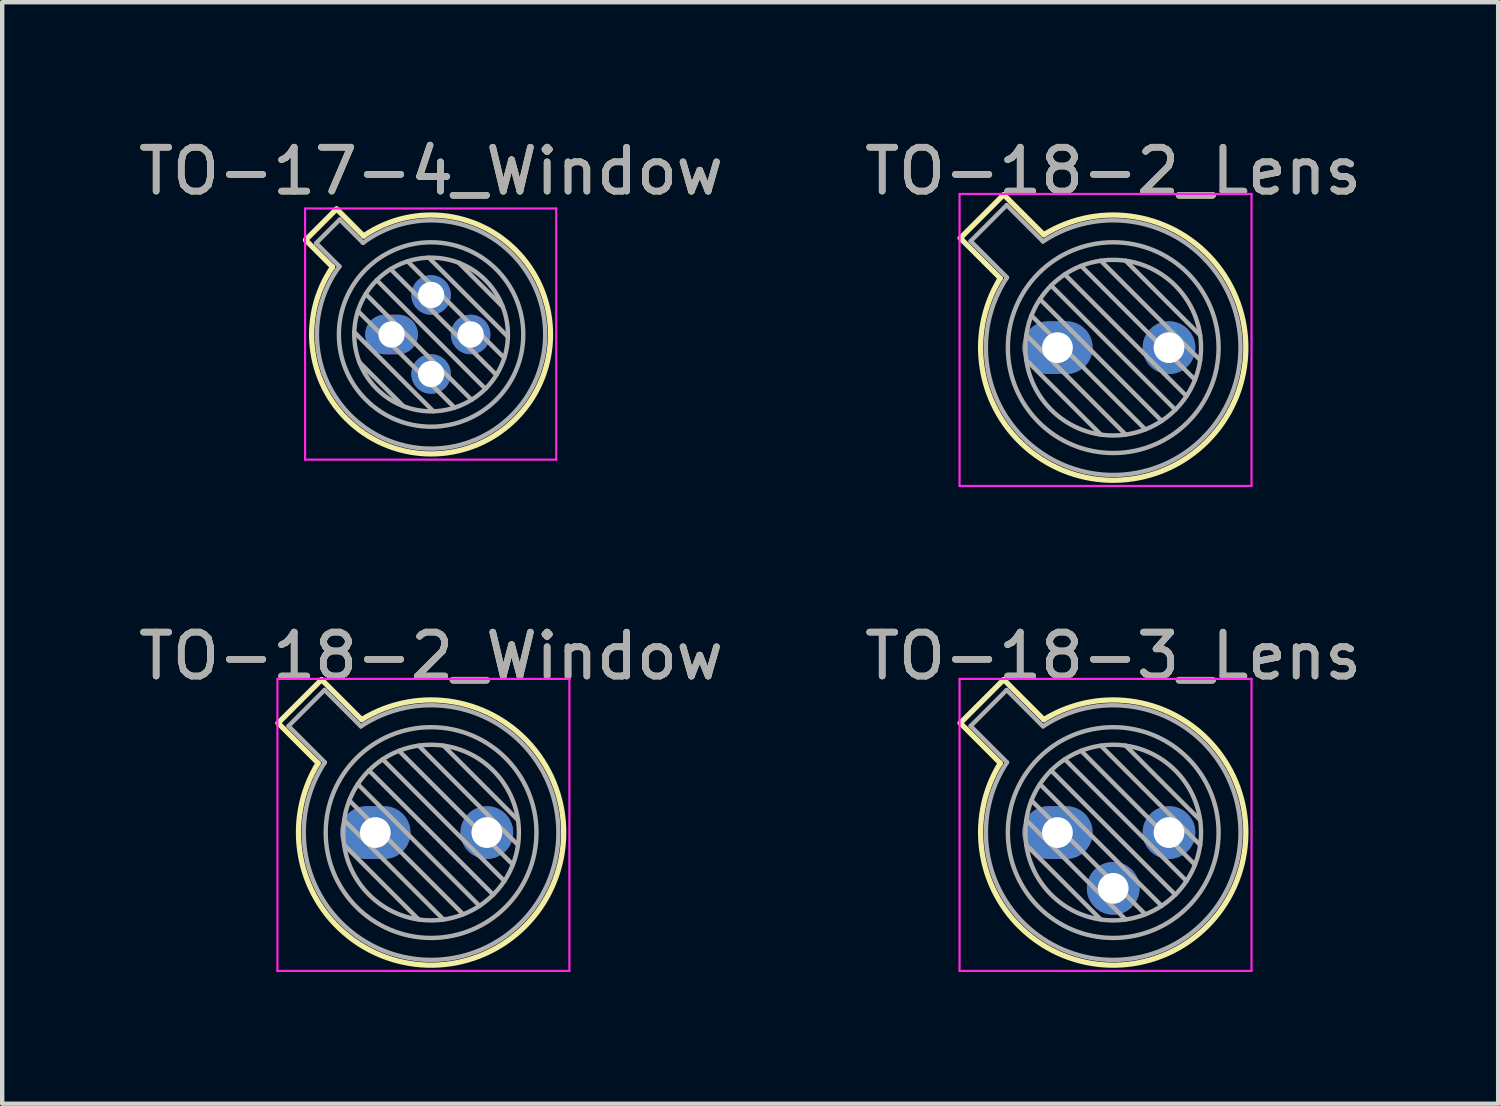
<source format=kicad_pcb>
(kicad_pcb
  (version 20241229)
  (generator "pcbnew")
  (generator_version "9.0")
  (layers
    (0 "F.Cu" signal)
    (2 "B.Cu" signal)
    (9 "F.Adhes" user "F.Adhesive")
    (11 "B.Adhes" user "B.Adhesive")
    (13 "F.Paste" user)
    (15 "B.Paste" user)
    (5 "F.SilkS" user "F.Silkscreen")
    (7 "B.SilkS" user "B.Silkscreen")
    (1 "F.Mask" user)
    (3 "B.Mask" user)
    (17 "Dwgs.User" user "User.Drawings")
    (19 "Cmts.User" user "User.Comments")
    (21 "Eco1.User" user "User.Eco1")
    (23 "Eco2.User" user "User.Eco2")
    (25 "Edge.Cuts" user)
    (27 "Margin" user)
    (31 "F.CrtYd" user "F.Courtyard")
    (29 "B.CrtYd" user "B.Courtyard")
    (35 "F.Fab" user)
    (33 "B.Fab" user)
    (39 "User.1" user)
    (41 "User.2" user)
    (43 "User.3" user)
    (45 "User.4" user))
  (footprint "TO-18-2_Lens"
    (layer "F.Cu")
    (at 21.034 4.868)
    (property "Reference" "TO-18-2_Lens" (at 1.27 -4.02 0) (layer "F.SilkS") (effects (font (size 1 1) (thickness 0.15))))
    (attr through_hole)
    (fp_line (start -2.214 -2.494) (end -1.302 -1.582) (stroke (width 0.12) (type solid)) (layer "F.SilkS"))
    (fp_line (start -1.224 -3.484) (end -2.214 -2.494) (stroke (width 0.12) (type solid)) (layer "F.SilkS"))
    (fp_line (start -0.312 -2.572) (end -1.224 -3.484) (stroke (width 0.12) (type solid)) (layer "F.SilkS"))
    (fp_arc (start -0.312331 -2.572281) (mid 3.405374 2.135551) (end -1.30215 -1.582544) (stroke (width 0.12) (type solid)) (layer "F.SilkS"))
    (fp_line (start -2.23 -3.5) (end -2.23 3.15) (stroke (width 0.05) (type solid)) (layer "F.CrtYd"))
    (fp_line (start -2.23 3.15) (end 4.42 3.15) (stroke (width 0.05) (type solid)) (layer "F.CrtYd"))
    (fp_line (start 4.42 -3.5) (end -2.23 -3.5) (stroke (width 0.05) (type solid)) (layer "F.CrtYd"))
    (fp_line (start 4.42 3.15) (end 4.42 -3.5) (stroke (width 0.05) (type solid)) (layer "F.CrtYd"))
    (fp_line (start -1.977 -2.426) (end -1.149 -1.599) (stroke (width 0.1) (type solid)) (layer "F.Fab"))
    (fp_line (start -1.156 -3.247) (end -1.977 -2.426) (stroke (width 0.1) (type solid)) (layer "F.Fab"))
    (fp_line (start -0.71 -0.283) (end 1.553 1.98) (stroke (width 0.1) (type solid)) (layer "F.Fab"))
    (fp_line (start -0.71 0.283) (end 0.987 1.98) (stroke (width 0.1) (type solid)) (layer "F.Fab"))
    (fp_line (start -0.592 -0.731) (end 2.001 1.862) (stroke (width 0.1) (type solid)) (layer "F.Fab"))
    (fp_line (start -0.399 -1.103) (end 2.373 1.669) (stroke (width 0.1) (type solid)) (layer "F.Fab"))
    (fp_line (start -0.329 -2.419) (end -1.156 -3.247) (stroke (width 0.1) (type solid)) (layer "F.Fab"))
    (fp_line (start -0.145 -1.415) (end 2.685 1.415) (stroke (width 0.1) (type solid)) (layer "F.Fab"))
    (fp_line (start 0.167 -1.669) (end 2.939 1.103) (stroke (width 0.1) (type solid)) (layer "F.Fab"))
    (fp_line (start 0.539 -1.862) (end 3.132 0.731) (stroke (width 0.1) (type solid)) (layer "F.Fab"))
    (fp_line (start 0.987 -1.98) (end 3.25 0.283) (stroke (width 0.1) (type solid)) (layer "F.Fab"))
    (fp_line (start 1.553 -1.98) (end 3.25 -0.283) (stroke (width 0.1) (type solid)) (layer "F.Fab"))
    (fp_arc (start -0.329057 -2.419301) (mid 3.321076 2.050143) (end -1.150029 -1.597956) (stroke (width 0.1) (type solid)) (layer "F.Fab"))
    (fp_circle (center 1.27 0) (end 3.27 0) (stroke (width 0.1) (type solid)) (fill no) (layer "F.Fab"))
    (fp_circle (center 1.27 0) (end 3.67 0) (stroke (width 0.1) (type solid)) (fill no) (layer "F.Fab"))
    (fp_text user "${REFERENCE}" (at 1.27 -4.02 0) (layer "F.Fab") (effects (font (size 1 1) (thickness 0.15))))
    (pad "1" thru_hole oval (at 0 0) (size 1.6 1.2) (drill 0.7) (layers "*.Cu" "*.Mask"))
    (pad "2" thru_hole oval (at 2.54 0) (size 1.2 1.2) (drill 0.7) (layers "*.Cu" "*.Mask")))
  (footprint "TO-18-3_Lens"
    (layer "F.Cu")
    (at 21.034 15.912)
    (property "Reference" "TO-18-3_Lens" (at 1.27 -4.02 0) (layer "F.SilkS") (effects (font (size 1 1) (thickness 0.15))))
    (attr through_hole)
    (fp_line (start -2.214 -2.494) (end -1.302 -1.582) (stroke (width 0.12) (type solid)) (layer "F.SilkS"))
    (fp_line (start -1.224 -3.484) (end -2.214 -2.494) (stroke (width 0.12) (type solid)) (layer "F.SilkS"))
    (fp_line (start -0.312 -2.572) (end -1.224 -3.484) (stroke (width 0.12) (type solid)) (layer "F.SilkS"))
    (fp_arc (start -0.312331 -2.572281) (mid 3.405374 2.135551) (end -1.30215 -1.582544) (stroke (width 0.12) (type solid)) (layer "F.SilkS"))
    (fp_line (start -2.23 -3.5) (end -2.23 3.15) (stroke (width 0.05) (type solid)) (layer "F.CrtYd"))
    (fp_line (start -2.23 3.15) (end 4.42 3.15) (stroke (width 0.05) (type solid)) (layer "F.CrtYd"))
    (fp_line (start 4.42 -3.5) (end -2.23 -3.5) (stroke (width 0.05) (type solid)) (layer "F.CrtYd"))
    (fp_line (start 4.42 3.15) (end 4.42 -3.5) (stroke (width 0.05) (type solid)) (layer "F.CrtYd"))
    (fp_line (start -1.977 -2.426) (end -1.149 -1.599) (stroke (width 0.1) (type solid)) (layer "F.Fab"))
    (fp_line (start -1.156 -3.247) (end -1.977 -2.426) (stroke (width 0.1) (type solid)) (layer "F.Fab"))
    (fp_line (start -0.71 -0.283) (end 1.553 1.98) (stroke (width 0.1) (type solid)) (layer "F.Fab"))
    (fp_line (start -0.71 0.283) (end 0.987 1.98) (stroke (width 0.1) (type solid)) (layer "F.Fab"))
    (fp_line (start -0.592 -0.731) (end 2.001 1.862) (stroke (width 0.1) (type solid)) (layer "F.Fab"))
    (fp_line (start -0.399 -1.103) (end 2.373 1.669) (stroke (width 0.1) (type solid)) (layer "F.Fab"))
    (fp_line (start -0.329 -2.419) (end -1.156 -3.247) (stroke (width 0.1) (type solid)) (layer "F.Fab"))
    (fp_line (start -0.145 -1.415) (end 2.685 1.415) (stroke (width 0.1) (type solid)) (layer "F.Fab"))
    (fp_line (start 0.167 -1.669) (end 2.939 1.103) (stroke (width 0.1) (type solid)) (layer "F.Fab"))
    (fp_line (start 0.539 -1.862) (end 3.132 0.731) (stroke (width 0.1) (type solid)) (layer "F.Fab"))
    (fp_line (start 0.987 -1.98) (end 3.25 0.283) (stroke (width 0.1) (type solid)) (layer "F.Fab"))
    (fp_line (start 1.553 -1.98) (end 3.25 -0.283) (stroke (width 0.1) (type solid)) (layer "F.Fab"))
    (fp_arc (start -0.329057 -2.419301) (mid 3.321076 2.050143) (end -1.150029 -1.597956) (stroke (width 0.1) (type solid)) (layer "F.Fab"))
    (fp_circle (center 1.27 0) (end 3.27 0) (stroke (width 0.1) (type solid)) (fill no) (layer "F.Fab"))
    (fp_circle (center 1.27 0) (end 3.67 0) (stroke (width 0.1) (type solid)) (fill no) (layer "F.Fab"))
    (fp_text user "${REFERENCE}" (at 1.27 -4.02 0) (layer "F.Fab") (effects (font (size 1 1) (thickness 0.15))))
    (pad "1" thru_hole oval (at 0 0) (size 1.6 1.2) (drill 0.7) (layers "*.Cu" "*.Mask"))
    (pad "2" thru_hole oval (at 1.27 1.27) (size 1.2 1.2) (drill 0.7) (layers "*.Cu" "*.Mask"))
    (pad "3" thru_hole oval (at 2.54 0) (size 1.2 1.2) (drill 0.7) (layers "*.Cu" "*.Mask")))
  (footprint "TO-17-4_Window"
    (layer "F.Cu")
    (at 5.868 4.568)
    (property "Reference" "TO-17-4_Window" (at 0.9 -3.72 0) (layer "F.SilkS") (effects (font (size 1 1) (thickness 0.15))))
    (attr through_hole)
    (fp_line (start -1.959 -2.152) (end -1.344 -1.537) (stroke (width 0.12) (type solid)) (layer "F.SilkS"))
    (fp_line (start -1.252 -2.859) (end -1.959 -2.152) (stroke (width 0.12) (type solid)) (layer "F.SilkS"))
    (fp_line (start -0.637 -2.244) (end -1.252 -2.859) (stroke (width 0.12) (type solid)) (layer "F.SilkS"))
    (fp_arc (start -0.637002 -2.244109) (mid 2.82358 1.923081) (end -1.344508 -1.536419) (stroke (width 0.12) (type solid)) (layer "F.SilkS"))
    (fp_line (start -1.97 -2.87) (end -1.97 2.85) (stroke (width 0.05) (type solid)) (layer "F.CrtYd"))
    (fp_line (start -1.97 2.85) (end 3.75 2.85) (stroke (width 0.05) (type solid)) (layer "F.CrtYd"))
    (fp_line (start 3.75 -2.87) (end -1.97 -2.87) (stroke (width 0.05) (type solid)) (layer "F.CrtYd"))
    (fp_line (start 3.75 2.85) (end 3.75 -2.87) (stroke (width 0.05) (type solid)) (layer "F.CrtYd"))
    (fp_line (start -1.718 -2.08) (end -1.187 -1.55) (stroke (width 0.1) (type solid)) (layer "F.Fab"))
    (fp_line (start -1.18 -2.618) (end -1.718 -2.08) (stroke (width 0.1) (type solid)) (layer "F.Fab"))
    (fp_line (start -0.85 -0.053) (end 0.953 1.75) (stroke (width 0.1) (type solid)) (layer "F.Fab"))
    (fp_line (start -0.767 -0.535) (end 1.435 1.667) (stroke (width 0.1) (type solid)) (layer "F.Fab"))
    (fp_line (start -0.733 0.631) (end 0.269 1.633) (stroke (width 0.1) (type solid)) (layer "F.Fab"))
    (fp_line (start -0.65 -2.087) (end -1.18 -2.618) (stroke (width 0.1) (type solid)) (layer "F.Fab"))
    (fp_line (start -0.588 -0.922) (end 1.822 1.488) (stroke (width 0.1) (type solid)) (layer "F.Fab"))
    (fp_line (start -0.338 -1.238) (end 2.138 1.238) (stroke (width 0.1) (type solid)) (layer "F.Fab"))
    (fp_line (start -0.022 -1.488) (end 2.388 0.922) (stroke (width 0.1) (type solid)) (layer "F.Fab"))
    (fp_line (start 0.365 -1.667) (end 2.567 0.535) (stroke (width 0.1) (type solid)) (layer "F.Fab"))
    (fp_line (start 0.847 -1.75) (end 2.65 0.053) (stroke (width 0.1) (type solid)) (layer "F.Fab"))
    (fp_line (start 1.531 -1.633) (end 2.533 -0.631) (stroke (width 0.1) (type solid)) (layer "F.Fab"))
    (fp_arc (start -0.650035 -2.087436) (mid 2.738346 1.838609) (end -1.187214 -1.550334) (stroke (width 0.1) (type solid)) (layer "F.Fab"))
    (fp_circle (center 0.9 0) (end 2.65 0) (stroke (width 0.1) (type solid)) (fill no) (layer "F.Fab"))
    (fp_circle (center 0.9 0) (end 3 0) (stroke (width 0.1) (type solid)) (fill no) (layer "F.Fab"))
    (fp_text user "${REFERENCE}" (at 0.9 -3.72 0) (layer "F.Fab") (effects (font (size 1 1) (thickness 0.15))))
    (pad "1" thru_hole oval (at 0 0) (size 1.2 0.9) (drill 0.6) (layers "*.Cu" "*.Mask"))
    (pad "2" thru_hole oval (at 0.9 0.9) (size 0.9 0.9) (drill 0.6) (layers "*.Cu" "*.Mask"))
    (pad "3" thru_hole oval (at 1.8 0) (size 0.9 0.9) (drill 0.6) (layers "*.Cu" "*.Mask"))
    (pad "4" thru_hole oval (at 0.9 -0.9) (size 0.9 0.9) (drill 0.6) (layers "*.Cu" "*.Mask")))
  (footprint "TO-18-2_Window"
    (layer "F.Cu")
    (at 5.498 15.912)
    (property "Reference" "TO-18-2_Window" (at 1.27 -4.02 0) (layer "F.SilkS") (effects (font (size 1 1) (thickness 0.15))))
    (attr through_hole)
    (fp_line (start -2.214 -2.494) (end -1.302 -1.582) (stroke (width 0.12) (type solid)) (layer "F.SilkS"))
    (fp_line (start -1.224 -3.484) (end -2.214 -2.494) (stroke (width 0.12) (type solid)) (layer "F.SilkS"))
    (fp_line (start -0.312 -2.572) (end -1.224 -3.484) (stroke (width 0.12) (type solid)) (layer "F.SilkS"))
    (fp_arc (start -0.312331 -2.572281) (mid 3.405374 2.135551) (end -1.30215 -1.582544) (stroke (width 0.12) (type solid)) (layer "F.SilkS"))
    (fp_line (start -2.23 -3.5) (end -2.23 3.15) (stroke (width 0.05) (type solid)) (layer "F.CrtYd"))
    (fp_line (start -2.23 3.15) (end 4.42 3.15) (stroke (width 0.05) (type solid)) (layer "F.CrtYd"))
    (fp_line (start 4.42 -3.5) (end -2.23 -3.5) (stroke (width 0.05) (type solid)) (layer "F.CrtYd"))
    (fp_line (start 4.42 3.15) (end 4.42 -3.5) (stroke (width 0.05) (type solid)) (layer "F.CrtYd"))
    (fp_line (start -1.977 -2.426) (end -1.149 -1.599) (stroke (width 0.1) (type solid)) (layer "F.Fab"))
    (fp_line (start -1.156 -3.247) (end -1.977 -2.426) (stroke (width 0.1) (type solid)) (layer "F.Fab"))
    (fp_line (start -0.71 -0.283) (end 1.553 1.98) (stroke (width 0.1) (type solid)) (layer "F.Fab"))
    (fp_line (start -0.71 0.283) (end 0.987 1.98) (stroke (width 0.1) (type solid)) (layer "F.Fab"))
    (fp_line (start -0.592 -0.731) (end 2.001 1.862) (stroke (width 0.1) (type solid)) (layer "F.Fab"))
    (fp_line (start -0.399 -1.103) (end 2.373 1.669) (stroke (width 0.1) (type solid)) (layer "F.Fab"))
    (fp_line (start -0.329 -2.419) (end -1.156 -3.247) (stroke (width 0.1) (type solid)) (layer "F.Fab"))
    (fp_line (start -0.145 -1.415) (end 2.685 1.415) (stroke (width 0.1) (type solid)) (layer "F.Fab"))
    (fp_line (start 0.167 -1.669) (end 2.939 1.103) (stroke (width 0.1) (type solid)) (layer "F.Fab"))
    (fp_line (start 0.539 -1.862) (end 3.132 0.731) (stroke (width 0.1) (type solid)) (layer "F.Fab"))
    (fp_line (start 0.987 -1.98) (end 3.25 0.283) (stroke (width 0.1) (type solid)) (layer "F.Fab"))
    (fp_line (start 1.553 -1.98) (end 3.25 -0.283) (stroke (width 0.1) (type solid)) (layer "F.Fab"))
    (fp_arc (start -0.329057 -2.419301) (mid 3.321076 2.050143) (end -1.150029 -1.597956) (stroke (width 0.1) (type solid)) (layer "F.Fab"))
    (fp_circle (center 1.27 0) (end 3.27 0) (stroke (width 0.1) (type solid)) (fill no) (layer "F.Fab"))
    (fp_circle (center 1.27 0) (end 3.67 0) (stroke (width 0.1) (type solid)) (fill no) (layer "F.Fab"))
    (fp_text user "${REFERENCE}" (at 1.27 -4.02 0) (layer "F.Fab") (effects (font (size 1 1) (thickness 0.15))))
    (pad "1" thru_hole oval (at 0 0) (size 1.6 1.2) (drill 0.7) (layers "*.Cu" "*.Mask"))
    (pad "2" thru_hole oval (at 2.54 0) (size 1.2 1.2) (drill 0.7) (layers "*.Cu" "*.Mask")))
  (gr_rect
    (start -3 -3)
    (end 31.071 22.087)
    (stroke (width 0.1) (type default))
    (fill no)
    (layer "Edge.Cuts")))
</source>
